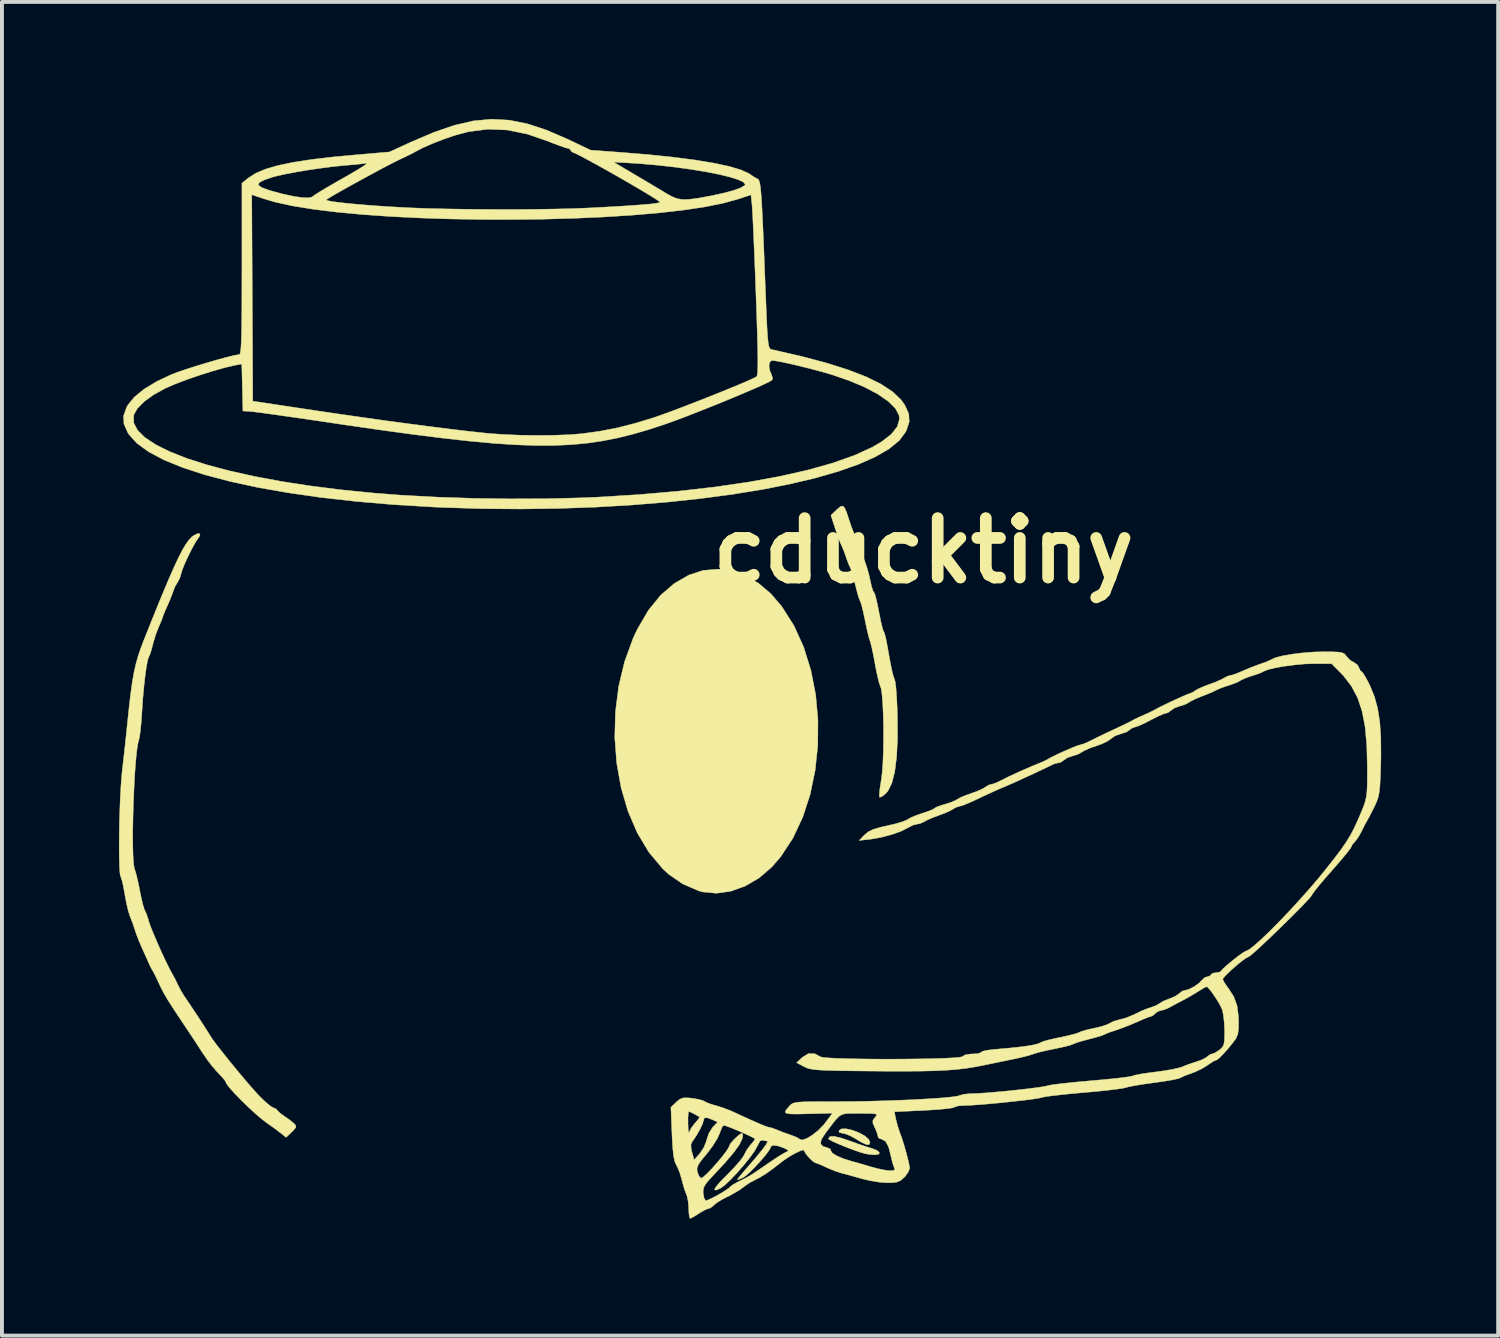
<source format=kicad_pcb>
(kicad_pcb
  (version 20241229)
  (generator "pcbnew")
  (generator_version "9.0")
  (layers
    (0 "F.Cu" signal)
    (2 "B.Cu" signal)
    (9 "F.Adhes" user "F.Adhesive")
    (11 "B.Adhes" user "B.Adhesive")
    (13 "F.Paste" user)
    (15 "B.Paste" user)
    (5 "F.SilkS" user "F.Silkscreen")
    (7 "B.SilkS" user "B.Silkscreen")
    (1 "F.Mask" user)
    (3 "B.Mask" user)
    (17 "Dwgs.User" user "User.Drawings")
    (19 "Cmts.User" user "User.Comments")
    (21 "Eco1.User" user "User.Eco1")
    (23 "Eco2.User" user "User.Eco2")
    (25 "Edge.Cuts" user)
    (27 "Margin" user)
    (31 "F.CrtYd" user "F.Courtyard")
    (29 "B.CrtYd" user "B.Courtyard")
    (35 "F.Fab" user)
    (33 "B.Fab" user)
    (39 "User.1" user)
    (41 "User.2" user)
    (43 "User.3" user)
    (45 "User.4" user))
  (footprint "cducktiny"
    (layer "F.Cu")
    (at 20.627 11.068)
    (property "Reference" "cducktiny" (at 0 0 0) (layer "F.SilkS") (effects (font (size 1.524 1.524) (thickness 0.3))))
    (attr through_hole)
    (fp_poly (pts (xy -1.826 14.856) (xy -1.661 14.918) (xy -1.513 14.999) (xy -1.408 15.088) (xy -1.372 15.171) (xy -1.398 15.228) (xy -1.48 15.221) (xy -1.627 15.148) (xy -1.727 15.085) (xy -1.88 15) (xy -2.018 14.946) (xy -2.074 14.936) (xy -2.161 14.914) (xy -2.171 14.872) (xy -2.106 14.823) (xy -1.983 14.821) (xy -1.826 14.856)) (stroke (width 0.01) (type solid)) (fill yes) (layer "F.SilkS"))
    (fp_poly (pts (xy -2.104 15.059) (xy -1.899 15.129) (xy -1.688 15.205) (xy -1.491 15.272) (xy -1.345 15.318) (xy -1.325 15.323) (xy -1.194 15.374) (xy -1.132 15.429) (xy -1.147 15.473) (xy -1.245 15.488) (xy -1.253 15.488) (xy -1.4 15.475) (xy -1.499 15.459) (xy -1.632 15.42) (xy -1.805 15.359) (xy -1.995 15.287) (xy -2.177 15.212) (xy -2.326 15.145) (xy -2.419 15.096) (xy -2.438 15.077) (xy -2.403 15.02) (xy -2.293 15.014) (xy -2.104 15.059)) (stroke (width 0.01) (type solid)) (fill yes) (layer "F.SilkS"))
    (fp_poly (pts (xy -4.868 0.528) (xy -4.601 0.624) (xy -4.234 0.833) (xy -3.916 1.101) (xy -3.637 1.427) (xy -3.322 1.922) (xy -3.072 2.473) (xy -2.887 3.069) (xy -2.765 3.695) (xy -2.707 4.339) (xy -2.711 4.987) (xy -2.778 5.627) (xy -2.906 6.246) (xy -3.096 6.83) (xy -3.347 7.366) (xy -3.658 7.842) (xy -3.893 8.113) (xy -4.217 8.391) (xy -4.574 8.599) (xy -4.945 8.732) (xy -5.314 8.783) (xy -5.665 8.749) (xy -5.766 8.72) (xy -6.179 8.541) (xy -6.537 8.293) (xy -6.685 8.155) (xy -7.042 7.73) (xy -7.34 7.233) (xy -7.578 6.678) (xy -7.754 6.078) (xy -7.867 5.445) (xy -7.916 4.792) (xy -7.899 4.132) (xy -7.816 3.478) (xy -7.664 2.842) (xy -7.443 2.237) (xy -7.334 2.007) (xy -7.055 1.529) (xy -6.741 1.142) (xy -6.387 0.838) (xy -6.016 0.624) (xy -5.649 0.505) (xy -5.257 0.473) (xy -4.868 0.528)) (stroke (width 0.01) (type solid)) (fill yes) (layer "F.SilkS"))
    (fp_poly (pts (xy -2.027 -1.106) (xy -1.974 -0.989) (xy -1.908 -0.787) (xy -1.901 -0.766) (xy -1.842 -0.591) (xy -1.782 -0.444) (xy -1.751 -0.381) (xy -1.692 -0.254) (xy -1.653 -0.129) (xy -1.609 0.016) (xy -1.543 0.187) (xy -1.525 0.227) (xy -1.463 0.393) (xy -1.403 0.604) (xy -1.37 0.749) (xy -1.333 0.913) (xy -1.297 1.027) (xy -1.272 1.067) (xy -1.248 1.113) (xy -1.214 1.239) (xy -1.173 1.423) (xy -1.143 1.575) (xy -1.101 1.787) (xy -1.062 1.955) (xy -1.031 2.059) (xy -1.017 2.083) (xy -0.997 2.13) (xy -0.965 2.257) (xy -0.928 2.445) (xy -0.891 2.654) (xy -0.849 2.889) (xy -0.807 3.09) (xy -0.769 3.233) (xy -0.745 3.294) (xy -0.725 3.367) (xy -0.706 3.525) (xy -0.69 3.751) (xy -0.676 4.029) (xy -0.67 4.234) (xy -0.667 4.806) (xy -0.69 5.283) (xy -0.738 5.666) (xy -0.812 5.957) (xy -0.912 6.159) (xy -0.959 6.215) (xy -1.055 6.296) (xy -1.12 6.323) (xy -1.13 6.317) (xy -1.134 6.25) (xy -1.12 6.11) (xy -1.092 5.924) (xy -1.082 5.867) (xy -1.059 5.681) (xy -1.042 5.431) (xy -1.031 5.139) (xy -1.026 4.822) (xy -1.027 4.499) (xy -1.034 4.19) (xy -1.047 3.914) (xy -1.065 3.688) (xy -1.088 3.533) (xy -1.106 3.48) (xy -1.139 3.387) (xy -1.18 3.221) (xy -1.224 3.012) (xy -1.245 2.896) (xy -1.286 2.675) (xy -1.327 2.483) (xy -1.36 2.349) (xy -1.373 2.311) (xy -1.403 2.216) (xy -1.444 2.051) (xy -1.488 1.847) (xy -1.501 1.778) (xy -1.544 1.576) (xy -1.584 1.412) (xy -1.616 1.311) (xy -1.624 1.295) (xy -1.654 1.224) (xy -1.697 1.082) (xy -1.744 0.898) (xy -1.753 0.864) (xy -1.8 0.675) (xy -1.844 0.523) (xy -1.876 0.438) (xy -1.88 0.432) (xy -1.918 0.354) (xy -1.967 0.222) (xy -1.981 0.178) (xy -2.036 0.022) (xy -2.09 -0.107) (xy -2.1 -0.127) (xy -2.144 -0.226) (xy -2.204 -0.387) (xy -2.265 -0.568) (xy -2.375 -0.908) (xy -2.226 -1.05) (xy -2.14 -1.125) (xy -2.078 -1.147) (xy -2.027 -1.106)) (stroke (width 0.01) (type solid)) (fill yes) (layer "F.SilkS"))
    (fp_poly (pts (xy -18.55 -0.392) (xy -18.58 -0.344) (xy -18.661 -0.224) (xy -18.76 -0.045) (xy -18.862 0.16) (xy -18.952 0.357) (xy -19.012 0.513) (xy -19.024 0.559) (xy -19.067 0.702) (xy -19.122 0.808) (xy -19.126 0.813) (xy -19.191 0.921) (xy -19.228 1.016) (xy -19.27 1.134) (xy -19.337 1.299) (xy -19.386 1.411) (xy -19.452 1.56) (xy -19.495 1.669) (xy -19.507 1.706) (xy -19.527 1.764) (xy -19.576 1.881) (xy -19.607 1.952) (xy -19.683 2.146) (xy -19.748 2.36) (xy -19.762 2.417) (xy -19.803 2.571) (xy -19.843 2.685) (xy -19.86 2.716) (xy -19.889 2.798) (xy -19.922 2.964) (xy -19.955 3.199) (xy -19.987 3.484) (xy -20.016 3.804) (xy -20.039 4.142) (xy -20.042 4.191) (xy -20.059 4.429) (xy -20.08 4.636) (xy -20.102 4.788) (xy -20.118 4.851) (xy -20.147 4.967) (xy -20.175 5.166) (xy -20.2 5.431) (xy -20.223 5.746) (xy -20.241 6.095) (xy -20.256 6.461) (xy -20.267 6.83) (xy -20.273 7.185) (xy -20.273 7.509) (xy -20.267 7.787) (xy -20.254 8.002) (xy -20.235 8.138) (xy -20.225 8.167) (xy -20.196 8.255) (xy -20.156 8.414) (xy -20.112 8.617) (xy -20.094 8.711) (xy -20.051 8.919) (xy -20.01 9.09) (xy -19.977 9.198) (xy -19.966 9.219) (xy -19.928 9.297) (xy -19.882 9.433) (xy -19.863 9.5) (xy -19.82 9.626) (xy -19.743 9.818) (xy -19.644 10.05) (xy -19.534 10.296) (xy -19.425 10.53) (xy -19.327 10.727) (xy -19.254 10.862) (xy -19.248 10.871) (xy -19.195 10.968) (xy -19.129 11.103) (xy -19.122 11.119) (xy -19.04 11.278) (xy -18.953 11.422) (xy -18.951 11.424) (xy -18.826 11.608) (xy -18.688 11.815) (xy -18.551 12.022) (xy -18.431 12.208) (xy -18.342 12.349) (xy -18.303 12.413) (xy -18.236 12.515) (xy -18.116 12.677) (xy -17.957 12.881) (xy -17.773 13.11) (xy -17.578 13.348) (xy -17.386 13.577) (xy -17.21 13.781) (xy -17.065 13.942) (xy -17.026 13.983) (xy -16.885 14.12) (xy -16.766 14.222) (xy -16.689 14.272) (xy -16.679 14.275) (xy -16.598 14.313) (xy -16.576 14.34) (xy -16.507 14.41) (xy -16.395 14.494) (xy -16.384 14.501) (xy -16.252 14.593) (xy -16.144 14.68) (xy -16.143 14.681) (xy -16.091 14.74) (xy -16.096 14.793) (xy -16.166 14.872) (xy -16.198 14.903) (xy -16.343 15.042) (xy -16.49 14.924) (xy -16.627 14.819) (xy -16.791 14.702) (xy -16.84 14.667) (xy -16.975 14.564) (xy -17.141 14.422) (xy -17.321 14.255) (xy -17.5 14.081) (xy -17.661 13.915) (xy -17.788 13.773) (xy -17.866 13.671) (xy -17.882 13.633) (xy -17.913 13.578) (xy -17.99 13.488) (xy -17.996 13.482) (xy -18.137 13.332) (xy -18.254 13.195) (xy -18.366 13.047) (xy -18.492 12.863) (xy -18.65 12.618) (xy -18.667 12.592) (xy -18.715 12.518) (xy -18.807 12.381) (xy -18.928 12.199) (xy -19.056 12.008) (xy -19.234 11.739) (xy -19.367 11.531) (xy -19.468 11.36) (xy -19.55 11.202) (xy -19.628 11.036) (xy -19.634 11.024) (xy -19.699 10.886) (xy -19.756 10.78) (xy -19.763 10.77) (xy -19.821 10.664) (xy -19.866 10.566) (xy -19.918 10.447) (xy -19.993 10.282) (xy -20.037 10.185) (xy -20.119 9.995) (xy -20.191 9.804) (xy -20.216 9.728) (xy -20.274 9.554) (xy -20.337 9.392) (xy -20.345 9.373) (xy -20.385 9.249) (xy -20.43 9.062) (xy -20.471 8.848) (xy -20.477 8.814) (xy -20.512 8.618) (xy -20.547 8.46) (xy -20.577 8.369) (xy -20.583 8.359) (xy -20.6 8.289) (xy -20.612 8.133) (xy -20.619 7.907) (xy -20.622 7.629) (xy -20.62 7.315) (xy -20.615 6.979) (xy -20.605 6.639) (xy -20.592 6.31) (xy -20.575 6.01) (xy -20.555 5.753) (xy -20.544 5.639) (xy -20.509 5.335) (xy -20.472 5.01) (xy -20.44 4.708) (xy -20.421 4.521) (xy -20.373 4.066) (xy -20.331 3.694) (xy -20.289 3.389) (xy -20.245 3.134) (xy -20.195 2.912) (xy -20.137 2.704) (xy -20.065 2.494) (xy -19.978 2.265) (xy -19.966 2.235) (xy -19.738 1.666) (xy -19.542 1.184) (xy -19.374 0.783) (xy -19.23 0.454) (xy -19.108 0.192) (xy -19.003 -0.013) (xy -18.912 -0.168) (xy -18.831 -0.279) (xy -18.758 -0.355) (xy -18.733 -0.375) (xy -18.626 -0.433) (xy -18.558 -0.438) (xy -18.55 -0.392)) (stroke (width 0.01) (type solid)) (fill yes) (layer "F.SilkS"))
    (fp_poly (pts (xy -10.623 -11.038) (xy -10.159 -10.946) (xy -9.67 -10.785) (xy -9.14 -10.557) (xy -9.108 -10.542) (xy -8.534 -10.269) (xy -7.76 -10.212) (xy -7.048 -10.154) (xy -6.41 -10.088) (xy -5.849 -10.015) (xy -5.372 -9.936) (xy -4.98 -9.852) (xy -4.68 -9.762) (xy -4.475 -9.669) (xy -4.42 -9.63) (xy -4.312 -9.56) (xy -4.262 -9.537) (xy -4.24 -9.524) (xy -4.221 -9.496) (xy -4.204 -9.446) (xy -4.188 -9.364) (xy -4.174 -9.244) (xy -4.16 -9.077) (xy -4.146 -8.855) (xy -4.131 -8.57) (xy -4.115 -8.214) (xy -4.096 -7.779) (xy -4.076 -7.257) (xy -4.057 -6.768) (xy -4.039 -6.325) (xy -4.025 -5.972) (xy -4.012 -5.7) (xy -3.999 -5.498) (xy -3.985 -5.355) (xy -3.97 -5.26) (xy -3.952 -5.203) (xy -3.93 -5.173) (xy -3.903 -5.16) (xy -3.89 -5.157) (xy -3.143 -4.986) (xy -2.493 -4.814) (xy -1.938 -4.639) (xy -1.472 -4.459) (xy -1.094 -4.273) (xy -0.799 -4.079) (xy -0.582 -3.876) (xy -0.478 -3.73) (xy -0.379 -3.509) (xy -0.367 -3.307) (xy -0.438 -3.086) (xy -0.459 -3.045) (xy -0.624 -2.823) (xy -0.884 -2.61) (xy -1.234 -2.407) (xy -1.669 -2.214) (xy -2.181 -2.034) (xy -2.766 -1.865) (xy -3.417 -1.711) (xy -4.129 -1.57) (xy -4.896 -1.445) (xy -5.712 -1.337) (xy -6.571 -1.245) (xy -7.468 -1.172) (xy -8.397 -1.117) (xy -9.352 -1.083) (xy -10.327 -1.069) (xy -11.316 -1.077) (xy -12.315 -1.108) (xy -12.598 -1.121) (xy -13.604 -1.182) (xy -14.559 -1.264) (xy -15.461 -1.366) (xy -16.304 -1.487) (xy -17.083 -1.624) (xy -17.794 -1.779) (xy -18.433 -1.948) (xy -18.994 -2.131) (xy -19.473 -2.327) (xy -19.866 -2.535) (xy -20.168 -2.754) (xy -20.373 -2.982) (xy -20.401 -3.027) (xy -20.499 -3.248) (xy -20.511 -3.451) (xy -20.504 -3.47) (xy -20.251 -3.47) (xy -20.249 -3.279) (xy -20.15 -3.088) (xy -19.96 -2.901) (xy -19.682 -2.717) (xy -19.322 -2.538) (xy -18.886 -2.366) (xy -18.376 -2.203) (xy -17.8 -2.049) (xy -17.16 -1.906) (xy -16.463 -1.776) (xy -15.713 -1.66) (xy -14.915 -1.559) (xy -14.074 -1.476) (xy -13.386 -1.423) (xy -12.495 -1.375) (xy -11.553 -1.343) (xy -10.594 -1.329) (xy -9.651 -1.333) (xy -8.757 -1.356) (xy -8.357 -1.373) (xy -7.299 -1.438) (xy -6.299 -1.525) (xy -5.36 -1.632) (xy -4.488 -1.759) (xy -3.689 -1.905) (xy -2.966 -2.068) (xy -2.326 -2.248) (xy -1.773 -2.444) (xy -1.313 -2.654) (xy -1.072 -2.795) (xy -0.826 -2.986) (xy -0.674 -3.18) (xy -0.618 -3.373) (xy -0.629 -3.472) (xy -0.72 -3.646) (xy -0.902 -3.827) (xy -1.167 -4.011) (xy -1.504 -4.19) (xy -1.906 -4.36) (xy -2.361 -4.516) (xy -2.362 -4.516) (xy -2.611 -4.588) (xy -2.887 -4.662) (xy -3.168 -4.732) (xy -3.432 -4.794) (xy -3.657 -4.842) (xy -3.82 -4.871) (xy -3.886 -4.877) (xy -3.943 -4.835) (xy -3.962 -4.734) (xy -3.939 -4.606) (xy -3.9 -4.522) (xy -3.867 -4.415) (xy -3.889 -4.371) (xy -3.958 -4.33) (xy -4.107 -4.258) (xy -4.322 -4.162) (xy -4.589 -4.048) (xy -4.892 -3.92) (xy -5.218 -3.786) (xy -5.552 -3.652) (xy -5.879 -3.522) (xy -6.185 -3.404) (xy -6.456 -3.303) (xy -6.676 -3.226) (xy -7.082 -3.094) (xy -7.473 -2.982) (xy -7.857 -2.887) (xy -8.242 -2.812) (xy -8.635 -2.755) (xy -9.046 -2.717) (xy -9.482 -2.697) (xy -9.95 -2.697) (xy -10.459 -2.715) (xy -11.017 -2.752) (xy -11.632 -2.808) (xy -12.311 -2.884) (xy -13.064 -2.978) (xy -13.896 -3.091) (xy -14.818 -3.224) (xy -15.21 -3.282) (xy -15.642 -3.346) (xy -16.049 -3.405) (xy -16.418 -3.458) (xy -16.737 -3.503) (xy -16.993 -3.538) (xy -17.173 -3.561) (xy -17.266 -3.571) (xy -17.267 -3.571) (xy -17.45 -3.581) (xy -17.464 -4.184) (xy -17.479 -4.786) (xy -17.667 -4.751) (xy -17.91 -4.694) (xy -18.215 -4.608) (xy -18.551 -4.502) (xy -18.885 -4.387) (xy -19.187 -4.273) (xy -19.424 -4.17) (xy -19.431 -4.167) (xy -19.734 -4.001) (xy -19.98 -3.823) (xy -20.156 -3.646) (xy -20.248 -3.481) (xy -20.251 -3.47) (xy -20.504 -3.47) (xy -20.435 -3.667) (xy -20.397 -3.737) (xy -20.235 -3.936) (xy -19.987 -4.139) (xy -19.666 -4.335) (xy -19.286 -4.515) (xy -19.283 -4.516) (xy -19.116 -4.579) (xy -18.893 -4.655) (xy -18.634 -4.738) (xy -18.362 -4.82) (xy -18.097 -4.897) (xy -17.86 -4.961) (xy -17.673 -5.007) (xy -17.556 -5.028) (xy -17.543 -5.029) (xy -17.526 -5.045) (xy -17.512 -5.099) (xy -17.501 -5.198) (xy -17.492 -5.35) (xy -17.485 -5.563) (xy -17.481 -5.846) (xy -17.477 -6.206) (xy -17.476 -6.651) (xy -17.475 -7.189) (xy -17.475 -7.226) (xy -17.475 -9.126) (xy -17.222 -9.126) (xy -17.196 -3.835) (xy -15.621 -3.597) (xy -15.023 -3.509) (xy -14.411 -3.421) (xy -13.801 -3.335) (xy -13.208 -3.255) (xy -12.647 -3.182) (xy -12.132 -3.117) (xy -11.679 -3.063) (xy -11.302 -3.022) (xy -11.125 -3.004) (xy -10.748 -2.978) (xy -10.325 -2.961) (xy -9.887 -2.955) (xy -9.462 -2.96) (xy -9.079 -2.974) (xy -8.768 -2.999) (xy -8.765 -2.999) (xy -8.292 -3.064) (xy -7.849 -3.15) (xy -7.395 -3.266) (xy -6.913 -3.413) (xy -6.721 -3.479) (xy -6.471 -3.57) (xy -6.179 -3.681) (xy -5.86 -3.804) (xy -5.532 -3.933) (xy -5.211 -4.061) (xy -4.912 -4.183) (xy -4.652 -4.291) (xy -4.448 -4.38) (xy -4.315 -4.443) (xy -4.282 -4.461) (xy -4.267 -4.492) (xy -4.256 -4.568) (xy -4.25 -4.698) (xy -4.248 -4.888) (xy -4.252 -5.147) (xy -4.26 -5.482) (xy -4.273 -5.902) (xy -4.291 -6.413) (xy -4.296 -6.555) (xy -4.313 -7.013) (xy -4.33 -7.449) (xy -4.347 -7.849) (xy -4.362 -8.201) (xy -4.376 -8.493) (xy -4.388 -8.713) (xy -4.396 -8.846) (xy -4.398 -8.868) (xy -4.424 -9.124) (xy -4.765 -9.011) (xy -5.148 -8.905) (xy -5.622 -8.811) (xy -6.175 -8.729) (xy -6.796 -8.659) (xy -7.475 -8.601) (xy -8.2 -8.555) (xy -8.962 -8.521) (xy -9.749 -8.499) (xy -10.551 -8.489) (xy -11.356 -8.491) (xy -12.154 -8.505) (xy -12.934 -8.531) (xy -13.685 -8.569) (xy -14.397 -8.619) (xy -15.058 -8.681) (xy -15.658 -8.755) (xy -16.186 -8.841) (xy -16.631 -8.939) (xy -16.817 -8.994) (xy -15.315 -8.994) (xy -15.277 -8.974) (xy -15.151 -8.95) (xy -14.949 -8.924) (xy -14.684 -8.896) (xy -14.37 -8.868) (xy -14.019 -8.841) (xy -13.643 -8.816) (xy -13.257 -8.795) (xy -13.178 -8.791) (xy -12.733 -8.774) (xy -12.22 -8.762) (xy -11.659 -8.753) (xy -11.074 -8.749) (xy -10.485 -8.748) (xy -9.913 -8.752) (xy -9.381 -8.761) (xy -8.909 -8.773) (xy -8.56 -8.788) (xy -8.03 -8.816) (xy -7.598 -8.842) (xy -7.26 -8.866) (xy -7.011 -8.887) (xy -6.849 -8.907) (xy -6.768 -8.925) (xy -6.757 -8.935) (xy -6.799 -8.971) (xy -6.917 -9.048) (xy -7.094 -9.157) (xy -7.316 -9.289) (xy -7.57 -9.437) (xy -7.84 -9.593) (xy -8.112 -9.747) (xy -8.371 -9.892) (xy -8.504 -9.964) (xy -7.95 -9.964) (xy -7.417 -9.65) (xy -7.176 -9.507) (xy -6.936 -9.364) (xy -6.728 -9.24) (xy -6.604 -9.165) (xy -6.456 -9.081) (xy -6.324 -9.028) (xy -6.184 -9.003) (xy -6.014 -9.006) (xy -5.792 -9.035) (xy -5.496 -9.089) (xy -5.467 -9.094) (xy -5.134 -9.166) (xy -4.87 -9.236) (xy -4.684 -9.304) (xy -4.586 -9.365) (xy -4.572 -9.393) (xy -4.621 -9.452) (xy -4.759 -9.515) (xy -4.975 -9.582) (xy -5.257 -9.65) (xy -5.593 -9.716) (xy -5.971 -9.778) (xy -6.379 -9.834) (xy -6.807 -9.882) (xy -7.241 -9.92) (xy -7.417 -9.932) (xy -7.95 -9.964) (xy -8.504 -9.964) (xy -8.604 -10.019) (xy -8.794 -10.12) (xy -8.928 -10.187) (xy -8.992 -10.211) (xy -8.992 -10.211) (xy -9.041 -10.249) (xy -9.042 -10.262) (xy -9.083 -10.309) (xy -9.108 -10.312) (xy -9.181 -10.331) (xy -9.324 -10.38) (xy -9.51 -10.45) (xy -9.608 -10.49) (xy -10.158 -10.68) (xy -10.673 -10.785) (xy -11.169 -10.806) (xy -11.663 -10.742) (xy -12.022 -10.646) (xy -12.306 -10.548) (xy -12.589 -10.438) (xy -12.841 -10.327) (xy -13.03 -10.229) (xy -13.056 -10.214) (xy -13.144 -10.167) (xy -13.286 -10.097) (xy -13.386 -10.051) (xy -13.518 -9.987) (xy -13.707 -9.891) (xy -13.936 -9.77) (xy -14.188 -9.634) (xy -14.449 -9.492) (xy -14.702 -9.353) (xy -14.93 -9.225) (xy -15.119 -9.117) (xy -15.252 -9.037) (xy -15.313 -8.996) (xy -15.315 -8.994) (xy -16.817 -8.994) (xy -16.879 -9.012) (xy -17.222 -9.126) (xy -17.475 -9.126) (xy -17.475 -9.377) (xy -17.055 -9.377) (xy -16.98 -9.317) (xy -16.807 -9.251) (xy -16.728 -9.226) (xy -16.428 -9.145) (xy -16.155 -9.086) (xy -15.928 -9.052) (xy -15.763 -9.046) (xy -15.675 -9.069) (xy -15.672 -9.072) (xy -15.612 -9.117) (xy -15.479 -9.202) (xy -15.29 -9.315) (xy -15.059 -9.449) (xy -14.884 -9.548) (xy -14.651 -9.682) (xy -14.462 -9.794) (xy -14.331 -9.879) (xy -14.268 -9.928) (xy -14.275 -9.936) (xy -14.386 -9.92) (xy -14.563 -9.901) (xy -14.771 -9.883) (xy -14.808 -9.88) (xy -15.089 -9.853) (xy -15.412 -9.812) (xy -15.752 -9.763) (xy -16.082 -9.708) (xy -16.376 -9.652) (xy -16.607 -9.6) (xy -16.688 -9.578) (xy -16.91 -9.502) (xy -17.032 -9.437) (xy -17.055 -9.377) (xy -17.475 -9.377) (xy -17.475 -9.423) (xy -17.303 -9.561) (xy -17.118 -9.678) (xy -16.871 -9.782) (xy -16.554 -9.875) (xy -16.162 -9.957) (xy -15.686 -10.03) (xy -15.122 -10.096) (xy -14.63 -10.142) (xy -13.691 -10.223) (xy -13.147 -10.473) (xy -12.56 -10.724) (xy -12.031 -10.906) (xy -11.543 -11.019) (xy -11.079 -11.063) (xy -10.623 -11.038)) (stroke (width 0.01) (type solid)) (fill yes) (layer "F.SilkS"))
    (fp_poly (pts (xy 10.477 2.592) (xy 10.634 2.599) (xy 10.733 2.616) (xy 10.793 2.646) (xy 10.835 2.695) (xy 10.847 2.712) (xy 10.942 2.813) (xy 11.03 2.861) (xy 11.126 2.928) (xy 11.16 2.993) (xy 11.199 3.078) (xy 11.229 3.099) (xy 11.269 3.141) (xy 11.338 3.255) (xy 11.423 3.416) (xy 11.449 3.469) (xy 11.56 3.741) (xy 11.641 4.039) (xy 11.695 4.379) (xy 11.723 4.779) (xy 11.727 5.254) (xy 11.722 5.498) (xy 11.712 5.801) (xy 11.7 6.025) (xy 11.683 6.189) (xy 11.658 6.315) (xy 11.621 6.424) (xy 11.57 6.538) (xy 11.563 6.553) (xy 11.481 6.716) (xy 11.412 6.848) (xy 11.378 6.909) (xy 11.327 7) (xy 11.256 7.139) (xy 11.23 7.193) (xy 11.151 7.335) (xy 11.074 7.443) (xy 11.052 7.466) (xy 10.986 7.542) (xy 10.973 7.581) (xy 10.941 7.635) (xy 10.852 7.75) (xy 10.719 7.911) (xy 10.554 8.103) (xy 10.465 8.204) (xy 10.287 8.407) (xy 10.137 8.585) (xy 10.026 8.724) (xy 9.965 8.809) (xy 9.957 8.826) (xy 9.922 8.877) (xy 9.825 8.984) (xy 9.681 9.135) (xy 9.5 9.318) (xy 9.297 9.519) (xy 9.085 9.726) (xy 8.876 9.927) (xy 8.683 10.109) (xy 8.52 10.259) (xy 8.399 10.364) (xy 8.333 10.412) (xy 8.328 10.414) (xy 8.263 10.446) (xy 8.151 10.528) (xy 8.014 10.64) (xy 7.875 10.763) (xy 7.757 10.876) (xy 7.684 10.959) (xy 7.671 10.986) (xy 7.7 11.052) (xy 7.773 11.163) (xy 7.815 11.219) (xy 7.955 11.436) (xy 8.038 11.667) (xy 8.074 11.946) (xy 8.077 12.095) (xy 8.074 12.272) (xy 8.057 12.395) (xy 8.012 12.501) (xy 7.924 12.623) (xy 7.821 12.748) (xy 7.694 12.893) (xy 7.588 13.001) (xy 7.521 13.054) (xy 7.513 13.056) (xy 7.443 13.084) (xy 7.331 13.156) (xy 7.293 13.183) (xy 7.14 13.278) (xy 6.951 13.367) (xy 6.878 13.394) (xy 6.725 13.449) (xy 6.61 13.499) (xy 6.576 13.518) (xy 6.507 13.54) (xy 6.359 13.571) (xy 6.152 13.605) (xy 5.909 13.64) (xy 5.89 13.642) (xy 5.641 13.677) (xy 5.425 13.712) (xy 5.263 13.743) (xy 5.179 13.765) (xy 5.177 13.766) (xy 5.103 13.784) (xy 4.945 13.806) (xy 4.72 13.833) (xy 4.444 13.862) (xy 4.136 13.89) (xy 4.11 13.892) (xy 3.798 13.92) (xy 3.516 13.949) (xy 3.282 13.976) (xy 3.112 14) (xy 3.025 14.019) (xy 3.023 14.02) (xy 2.94 14.039) (xy 2.775 14.064) (xy 2.55 14.092) (xy 2.285 14.122) (xy 1.999 14.152) (xy 1.712 14.179) (xy 1.445 14.201) (xy 1.219 14.217) (xy 1.053 14.224) (xy 1.032 14.224) (xy 0.893 14.234) (xy 0.804 14.258) (xy 0.791 14.268) (xy 0.734 14.286) (xy 0.593 14.306) (xy 0.387 14.325) (xy 0.136 14.342) (xy 0.009 14.349) (xy -0.747 14.385) (xy -0.71 14.571) (xy -0.666 14.746) (xy -0.612 14.907) (xy -0.611 14.91) (xy -0.557 15.057) (xy -0.497 15.249) (xy -0.439 15.455) (xy -0.39 15.644) (xy -0.361 15.785) (xy -0.356 15.833) (xy -0.389 15.925) (xy -0.471 16.04) (xy -0.492 16.063) (xy -0.586 16.146) (xy -0.686 16.189) (xy -0.831 16.204) (xy -0.925 16.205) (xy -1.131 16.19) (xy -1.376 16.15) (xy -1.588 16.099) (xy -1.793 16.041) (xy -1.982 15.989) (xy -2.115 15.954) (xy -2.118 15.953) (xy -2.265 15.905) (xy -2.442 15.833) (xy -2.502 15.805) (xy -2.64 15.742) (xy -2.741 15.703) (xy -2.766 15.697) (xy -2.828 15.663) (xy -2.916 15.581) (xy -3.002 15.484) (xy -3.054 15.403) (xy -3.059 15.379) (xy -3.086 15.364) (xy -3.174 15.392) (xy -3.302 15.454) (xy -3.446 15.537) (xy -3.584 15.629) (xy -3.618 15.655) (xy -3.857 15.84) (xy -4.041 15.972) (xy -4.193 16.066) (xy -4.316 16.129) (xy -4.458 16.204) (xy -4.571 16.281) (xy -4.579 16.288) (xy -4.718 16.39) (xy -4.932 16.514) (xy -5.16 16.631) (xy -5.289 16.707) (xy -5.381 16.785) (xy -5.382 16.786) (xy -5.465 16.852) (xy -5.511 16.866) (xy -5.589 16.892) (xy -5.71 16.96) (xy -5.761 16.993) (xy -5.882 17.07) (xy -5.967 17.115) (xy -5.984 17.119) (xy -6.005 17.074) (xy -6.018 16.957) (xy -6.02 16.873) (xy -6.032 16.698) (xy -6.063 16.547) (xy -6.079 16.505) (xy -6.126 16.383) (xy -6.176 16.212) (xy -6.197 16.129) (xy -6.248 15.952) (xy -6.297 15.833) (xy -5.807 15.833) (xy -5.803 15.912) (xy -5.798 15.93) (xy -5.754 16.038) (xy -5.707 16.089) (xy -5.652 16.061) (xy -5.552 15.972) (xy -5.425 15.841) (xy -5.289 15.687) (xy -5.159 15.531) (xy -5.054 15.393) (xy -4.99 15.29) (xy -4.978 15.255) (xy -4.944 15.191) (xy -4.86 15.097) (xy -4.761 15.004) (xy -4.677 14.943) (xy -4.653 14.935) (xy -4.634 14.977) (xy -4.645 15.069) (xy -4.715 15.217) (xy -4.863 15.425) (xy -5.09 15.692) (xy -5.359 15.981) (xy -5.509 16.141) (xy -5.598 16.254) (xy -5.641 16.344) (xy -5.651 16.435) (xy -5.648 16.48) (xy -5.625 16.599) (xy -5.587 16.66) (xy -5.578 16.662) (xy -5.508 16.639) (xy -5.381 16.577) (xy -5.252 16.507) (xy -5.104 16.418) (xy -4.994 16.343) (xy -4.952 16.305) (xy -4.892 16.257) (xy -4.774 16.189) (xy -4.71 16.157) (xy -4.599 16.104) (xy -4.506 16.054) (xy -4.408 15.995) (xy -4.284 15.914) (xy -4.112 15.796) (xy -3.965 15.694) (xy -3.794 15.579) (xy -3.643 15.484) (xy -3.542 15.427) (xy -3.531 15.422) (xy -3.47 15.39) (xy -3.487 15.359) (xy -3.581 15.312) (xy -3.734 15.259) (xy -3.852 15.244) (xy -3.91 15.27) (xy -3.912 15.281) (xy -3.945 15.352) (xy -4.033 15.473) (xy -4.157 15.621) (xy -4.298 15.776) (xy -4.437 15.918) (xy -4.555 16.024) (xy -4.619 16.069) (xy -4.723 16.115) (xy -4.774 16.128) (xy -4.775 16.126) (xy -4.744 16.08) (xy -4.662 15.98) (xy -4.547 15.845) (xy -4.534 15.83) (xy -4.3 15.56) (xy -4.132 15.354) (xy -4.03 15.215) (xy -4.025 15.205) (xy -2.641 15.205) (xy -2.58 15.272) (xy -2.473 15.302) (xy -2.391 15.339) (xy -2.376 15.383) (xy -2.34 15.442) (xy -2.227 15.513) (xy -2.057 15.586) (xy -1.854 15.65) (xy -1.725 15.685) (xy -1.542 15.738) (xy -1.372 15.789) (xy -1.174 15.842) (xy -0.989 15.881) (xy -0.875 15.895) (xy -0.765 15.891) (xy -0.735 15.86) (xy -0.754 15.812) (xy -0.793 15.703) (xy -0.83 15.553) (xy -0.835 15.528) (xy -0.896 15.286) (xy -0.977 15.138) (xy -1.074 15.088) (xy -1.075 15.088) (xy -1.153 15.057) (xy -1.168 15.019) (xy -1.19 14.93) (xy -1.242 14.803) (xy -1.25 14.788) (xy -1.3 14.673) (xy -1.298 14.601) (xy -1.243 14.527) (xy -1.242 14.526) (xy -1.205 14.48) (xy -1.203 14.452) (xy -1.253 14.436) (xy -1.369 14.429) (xy -1.567 14.427) (xy -1.639 14.427) (xy -1.839 14.426) (xy -1.979 14.43) (xy -2.082 14.451) (xy -2.167 14.502) (xy -2.257 14.596) (xy -2.372 14.743) (xy -2.515 14.933) (xy -2.619 15.095) (xy -2.641 15.205) (xy -4.025 15.205) (xy -3.997 15.146) (xy -4.006 15.138) (xy -4.096 15.122) (xy -4.125 15.112) (xy -4.193 15.136) (xy -4.256 15.254) (xy -4.257 15.256) (xy -4.324 15.379) (xy -4.445 15.549) (xy -4.601 15.744) (xy -4.774 15.943) (xy -4.945 16.124) (xy -5.094 16.264) (xy -5.199 16.341) (xy -5.318 16.393) (xy -5.361 16.384) (xy -5.325 16.313) (xy -5.211 16.179) (xy -5.019 15.983) (xy -5.016 15.981) (xy -4.853 15.812) (xy -4.716 15.658) (xy -4.625 15.537) (xy -4.596 15.485) (xy -4.537 15.368) (xy -4.441 15.239) (xy -4.43 15.228) (xy -4.352 15.135) (xy -4.32 15.08) (xy -4.322 15.075) (xy -4.434 15.015) (xy -4.594 14.94) (xy -4.772 14.862) (xy -4.94 14.793) (xy -5.069 14.746) (xy -5.125 14.732) (xy -5.163 14.776) (xy -5.21 14.886) (xy -5.227 14.938) (xy -5.29 15.076) (xy -5.401 15.254) (xy -5.537 15.436) (xy -5.562 15.466) (xy -5.699 15.632) (xy -5.776 15.747) (xy -5.807 15.833) (xy -6.297 15.833) (xy -6.311 15.798) (xy -6.339 15.748) (xy -6.378 15.661) (xy -6.407 15.524) (xy -6.429 15.322) (xy -6.435 15.222) (xy -5.964 15.222) (xy -5.956 15.342) (xy -5.937 15.419) (xy -5.882 15.618) (xy -5.738 15.457) (xy -5.634 15.303) (xy -5.566 15.132) (xy -5.559 15.103) (xy -5.503 14.935) (xy -5.411 14.788) (xy -5.403 14.779) (xy -5.281 14.648) (xy -5.411 14.588) (xy -5.55 14.537) (xy -5.621 14.544) (xy -5.639 14.602) (xy -5.665 14.693) (xy -5.73 14.831) (xy -5.817 14.984) (xy -5.905 15.116) (xy -5.926 15.141) (xy -5.964 15.222) (xy -6.435 15.222) (xy -6.446 15.038) (xy -6.45 14.945) (xy -6.46 14.694) (xy -6.039 14.694) (xy -6.033 14.84) (xy -6.022 14.917) (xy -6.009 14.91) (xy -6.009 14.91) (xy -5.958 14.805) (xy -5.867 14.684) (xy -5.853 14.669) (xy -5.775 14.577) (xy -5.742 14.522) (xy -5.744 14.517) (xy -5.862 14.449) (xy -5.967 14.396) (xy -6.019 14.376) (xy -6.032 14.423) (xy -6.039 14.543) (xy -6.039 14.694) (xy -6.46 14.694) (xy -6.477 14.269) (xy -6.34 14.138) (xy -6.245 14.06) (xy -6.152 14.027) (xy -6.017 14.029) (xy -5.94 14.037) (xy -5.779 14.064) (xy -5.658 14.097) (xy -5.621 14.116) (xy -5.539 14.157) (xy -5.4 14.205) (xy -5.334 14.223) (xy -5.137 14.284) (xy -4.94 14.36) (xy -4.902 14.377) (xy -4.57 14.53) (xy -4.32 14.642) (xy -4.142 14.719) (xy -4.027 14.764) (xy -3.965 14.782) (xy -3.957 14.783) (xy -3.876 14.802) (xy -3.753 14.85) (xy -3.741 14.855) (xy -3.578 14.92) (xy -3.401 14.982) (xy -3.392 14.985) (xy -3.263 15.034) (xy -3.182 15.08) (xy -3.175 15.088) (xy -3.109 15.109) (xy -2.994 15.069) (xy -2.851 14.983) (xy -2.702 14.864) (xy -2.566 14.726) (xy -2.532 14.684) (xy -2.334 14.421) (xy -2.966 14.437) (xy -3.235 14.443) (xy -3.414 14.44) (xy -3.514 14.425) (xy -3.547 14.393) (xy -3.524 14.338) (xy -3.456 14.257) (xy -3.438 14.237) (xy -3.401 14.199) (xy -3.358 14.171) (xy -3.295 14.151) (xy -3.198 14.137) (xy -3.054 14.129) (xy -2.848 14.125) (xy -2.568 14.123) (xy -2.214 14.123) (xy -1.811 14.121) (xy -1.392 14.113) (xy -0.97 14.102) (xy -0.559 14.087) (xy -0.172 14.069) (xy 0.178 14.049) (xy 0.478 14.028) (xy 0.712 14.005) (xy 0.869 13.983) (xy 0.926 13.966) (xy 1.032 13.936) (xy 1.185 13.92) (xy 1.231 13.92) (xy 1.385 13.914) (xy 1.602 13.9) (xy 1.862 13.878) (xy 2.145 13.852) (xy 2.429 13.822) (xy 2.695 13.792) (xy 2.921 13.763) (xy 3.088 13.737) (xy 3.174 13.718) (xy 3.175 13.717) (xy 3.255 13.7) (xy 3.42 13.676) (xy 3.651 13.65) (xy 3.932 13.621) (xy 4.245 13.593) (xy 4.292 13.589) (xy 4.605 13.561) (xy 4.883 13.534) (xy 5.112 13.508) (xy 5.274 13.485) (xy 5.355 13.468) (xy 5.359 13.466) (xy 5.428 13.444) (xy 5.575 13.415) (xy 5.776 13.385) (xy 5.944 13.364) (xy 6.183 13.331) (xy 6.4 13.293) (xy 6.564 13.255) (xy 6.629 13.233) (xy 6.779 13.173) (xy 6.959 13.113) (xy 6.998 13.101) (xy 7.144 13.048) (xy 7.251 12.99) (xy 7.271 12.971) (xy 7.354 12.912) (xy 7.391 12.903) (xy 7.472 12.874) (xy 7.581 12.803) (xy 7.588 12.798) (xy 7.656 12.736) (xy 7.696 12.667) (xy 7.714 12.563) (xy 7.718 12.395) (xy 7.718 12.303) (xy 7.708 12.09) (xy 7.686 11.898) (xy 7.657 11.764) (xy 7.654 11.758) (xy 7.597 11.641) (xy 7.512 11.497) (xy 7.416 11.355) (xy 7.329 11.24) (xy 7.268 11.18) (xy 7.259 11.177) (xy 7.201 11.202) (xy 7.094 11.266) (xy 7.056 11.29) (xy 6.905 11.383) (xy 6.721 11.488) (xy 6.638 11.532) (xy 6.476 11.616) (xy 6.336 11.692) (xy 6.282 11.721) (xy 6.163 11.771) (xy 6.09 11.785) (xy 5.989 11.822) (xy 5.944 11.862) (xy 5.869 11.926) (xy 5.834 11.938) (xy 5.767 11.958) (xy 5.636 12.01) (xy 5.472 12.082) (xy 5.267 12.169) (xy 5.059 12.249) (xy 4.928 12.294) (xy 4.78 12.343) (xy 4.673 12.386) (xy 4.648 12.399) (xy 4.576 12.429) (xy 4.435 12.472) (xy 4.254 12.52) (xy 4.242 12.523) (xy 4.059 12.572) (xy 3.915 12.616) (xy 3.837 12.648) (xy 3.835 12.649) (xy 3.765 12.676) (xy 3.621 12.714) (xy 3.43 12.756) (xy 3.353 12.772) (xy 3.143 12.815) (xy 2.962 12.858) (xy 2.841 12.894) (xy 2.819 12.902) (xy 2.723 12.934) (xy 2.558 12.977) (xy 2.358 13.023) (xy 2.311 13.032) (xy 2.056 13.085) (xy 1.781 13.142) (xy 1.549 13.19) (xy 1.316 13.235) (xy 1.088 13.272) (xy 0.849 13.299) (xy 0.587 13.32) (xy 0.287 13.334) (xy -0.066 13.342) (xy -0.486 13.345) (xy -0.987 13.344) (xy -1.219 13.342) (xy -1.676 13.338) (xy -2.042 13.334) (xy -2.33 13.328) (xy -2.551 13.321) (xy -2.716 13.311) (xy -2.838 13.298) (xy -2.927 13.281) (xy -2.995 13.259) (xy -3.054 13.232) (xy -3.062 13.228) (xy -3.253 13.127) (xy -3.111 12.991) (xy -2.952 12.893) (xy -2.786 12.897) (xy -2.646 12.974) (xy -2.576 12.991) (xy -2.421 13.004) (xy -2.195 13.016) (xy -1.911 13.024) (xy -1.584 13.03) (xy -1.228 13.034) (xy -0.856 13.035) (xy -0.484 13.033) (xy -0.124 13.029) (xy 0.21 13.023) (xy 0.502 13.014) (xy 0.74 13.002) (xy 0.909 12.989) (xy 0.995 12.973) (xy 1.003 12.967) (xy 1.066 12.925) (xy 1.203 12.904) (xy 1.249 12.903) (xy 1.384 12.894) (xy 1.464 12.871) (xy 1.473 12.858) (xy 1.52 12.832) (xy 1.641 12.806) (xy 1.812 12.785) (xy 1.816 12.785) (xy 2.214 12.75) (xy 2.521 12.717) (xy 2.747 12.684) (xy 2.903 12.65) (xy 3 12.614) (xy 3.023 12.599) (xy 3.093 12.573) (xy 3.237 12.535) (xy 3.428 12.492) (xy 3.502 12.477) (xy 3.703 12.433) (xy 3.868 12.392) (xy 3.969 12.359) (xy 3.985 12.35) (xy 4.06 12.32) (xy 4.203 12.28) (xy 4.369 12.243) (xy 4.551 12.2) (xy 4.699 12.152) (xy 4.775 12.115) (xy 4.875 12.064) (xy 5.019 12.023) (xy 5.037 12.019) (xy 5.199 11.974) (xy 5.383 11.899) (xy 5.443 11.869) (xy 5.61 11.789) (xy 5.769 11.728) (xy 5.817 11.714) (xy 5.952 11.665) (xy 6.045 11.61) (xy 6.143 11.551) (xy 6.285 11.492) (xy 6.308 11.485) (xy 6.446 11.427) (xy 6.546 11.361) (xy 6.555 11.351) (xy 6.638 11.288) (xy 6.679 11.278) (xy 6.797 11.247) (xy 6.944 11.172) (xy 7.072 11.079) (xy 7.127 11.019) (xy 7.212 10.941) (xy 7.277 10.922) (xy 7.352 10.898) (xy 7.366 10.871) (xy 7.409 10.833) (xy 7.489 10.82) (xy 7.589 10.804) (xy 7.628 10.775) (xy 7.676 10.718) (xy 7.781 10.624) (xy 7.916 10.511) (xy 8.057 10.401) (xy 8.18 10.312) (xy 8.26 10.265) (xy 8.272 10.262) (xy 8.349 10.225) (xy 8.482 10.121) (xy 8.661 9.961) (xy 8.876 9.755) (xy 9.116 9.513) (xy 9.371 9.246) (xy 9.631 8.964) (xy 9.886 8.677) (xy 10.126 8.397) (xy 10.283 8.204) (xy 10.516 7.91) (xy 10.696 7.673) (xy 10.837 7.47) (xy 10.951 7.282) (xy 11.053 7.085) (xy 11.155 6.86) (xy 11.231 6.68) (xy 11.287 6.54) (xy 11.327 6.419) (xy 11.353 6.296) (xy 11.369 6.149) (xy 11.376 5.956) (xy 11.377 5.694) (xy 11.377 5.537) (xy 11.363 4.981) (xy 11.319 4.51) (xy 11.242 4.112) (xy 11.128 3.772) (xy 10.974 3.479) (xy 10.776 3.219) (xy 10.697 3.136) (xy 10.46 2.896) (xy 10.003 2.896) (xy 9.769 2.904) (xy 9.51 2.928) (xy 9.252 2.962) (xy 9.018 3.003) (xy 8.833 3.048) (xy 8.721 3.092) (xy 8.712 3.098) (xy 8.635 3.136) (xy 8.5 3.184) (xy 8.433 3.204) (xy 8.278 3.256) (xy 8.157 3.309) (xy 8.128 3.327) (xy 8.034 3.377) (xy 7.888 3.433) (xy 7.823 3.453) (xy 7.661 3.507) (xy 7.526 3.563) (xy 7.493 3.58) (xy 7.387 3.631) (xy 7.229 3.696) (xy 7.137 3.731) (xy 6.977 3.796) (xy 6.85 3.859) (xy 6.807 3.887) (xy 6.704 3.943) (xy 6.569 3.985) (xy 6.437 4.031) (xy 6.347 4.093) (xy 6.262 4.155) (xy 6.218 4.166) (xy 6.142 4.189) (xy 6.006 4.249) (xy 5.837 4.334) (xy 5.82 4.343) (xy 5.649 4.431) (xy 5.507 4.494) (xy 5.423 4.521) (xy 5.419 4.521) (xy 5.326 4.557) (xy 5.288 4.592) (xy 5.199 4.65) (xy 5.065 4.694) (xy 5.06 4.695) (xy 4.915 4.745) (xy 4.805 4.821) (xy 4.711 4.887) (xy 4.557 4.959) (xy 4.43 5.004) (xy 4.259 5.064) (xy 4.12 5.126) (xy 4.061 5.162) (xy 3.954 5.222) (xy 3.821 5.263) (xy 3.689 5.307) (xy 3.602 5.366) (xy 3.515 5.427) (xy 3.473 5.436) (xy 3.369 5.458) (xy 3.314 5.481) (xy 3.202 5.536) (xy 3.029 5.618) (xy 2.822 5.715) (xy 2.607 5.814) (xy 2.41 5.905) (xy 2.258 5.973) (xy 2.184 6.005) (xy 1.895 6.128) (xy 1.535 6.293) (xy 1.321 6.395) (xy 1.148 6.473) (xy 1.005 6.53) (xy 0.921 6.553) (xy 0.918 6.553) (xy 0.821 6.584) (xy 0.766 6.619) (xy 0.675 6.671) (xy 0.525 6.736) (xy 0.406 6.779) (xy 0.234 6.844) (xy 0.088 6.908) (xy 0.027 6.942) (xy -0.093 6.997) (xy -0.169 7.01) (xy -0.277 7.038) (xy -0.399 7.102) (xy -0.568 7.189) (xy -0.805 7.274) (xy -1.073 7.346) (xy -1.337 7.394) (xy -1.383 7.4) (xy -1.651 7.429) (xy -1.513 7.286) (xy -1.416 7.206) (xy -1.287 7.143) (xy -1.1 7.089) (xy -0.933 7.051) (xy -0.724 7.003) (xy -0.548 6.951) (xy -0.433 6.906) (xy -0.411 6.892) (xy -0.32 6.84) (xy -0.168 6.778) (xy -0.038 6.734) (xy 0.121 6.681) (xy 0.237 6.633) (xy 0.278 6.606) (xy 0.337 6.571) (xy 0.462 6.526) (xy 0.545 6.502) (xy 0.704 6.451) (xy 0.829 6.396) (xy 0.864 6.374) (xy 0.953 6.325) (xy 1.101 6.264) (xy 1.219 6.223) (xy 1.388 6.162) (xy 1.524 6.099) (xy 1.579 6.064) (xy 1.674 6.006) (xy 1.724 5.994) (xy 1.808 5.972) (xy 1.936 5.916) (xy 1.974 5.897) (xy 2.196 5.786) (xy 2.474 5.658) (xy 2.768 5.53) (xy 3.039 5.419) (xy 3.048 5.415) (xy 3.161 5.361) (xy 3.2 5.338) (xy 3.307 5.28) (xy 3.463 5.205) (xy 3.639 5.125) (xy 3.809 5.052) (xy 3.943 4.999) (xy 4.015 4.978) (xy 4.015 4.978) (xy 4.092 4.957) (xy 4.222 4.901) (xy 4.311 4.857) (xy 4.48 4.773) (xy 4.695 4.67) (xy 4.902 4.573) (xy 5.084 4.488) (xy 5.235 4.415) (xy 5.327 4.368) (xy 5.334 4.364) (xy 5.442 4.306) (xy 5.524 4.267) (xy 5.669 4.203) (xy 5.753 4.166) (xy 5.876 4.107) (xy 5.944 4.07) (xy 6.04 4.018) (xy 6.189 3.945) (xy 6.365 3.861) (xy 6.544 3.779) (xy 6.699 3.71) (xy 6.805 3.667) (xy 6.836 3.658) (xy 6.904 3.629) (xy 6.956 3.592) (xy 7.047 3.54) (xy 7.197 3.475) (xy 7.315 3.431) (xy 7.488 3.367) (xy 7.633 3.303) (xy 7.695 3.269) (xy 7.799 3.215) (xy 7.858 3.2) (xy 7.937 3.181) (xy 8.073 3.13) (xy 8.19 3.08) (xy 8.382 2.998) (xy 8.575 2.925) (xy 8.661 2.895) (xy 8.802 2.845) (xy 8.903 2.799) (xy 8.919 2.789) (xy 9.027 2.74) (xy 9.212 2.694) (xy 9.453 2.652) (xy 9.726 2.619) (xy 10.007 2.597) (xy 10.238 2.591) (xy 10.477 2.592)) (stroke (width 0.01) (type solid)) (fill yes) (layer "F.SilkS")))
  (gr_rect
    (start -3 -3)
    (end 35.359 31.192)
    (stroke (width 0.1) (type default))
    (fill no)
    (layer "Edge.Cuts")))
</source>
